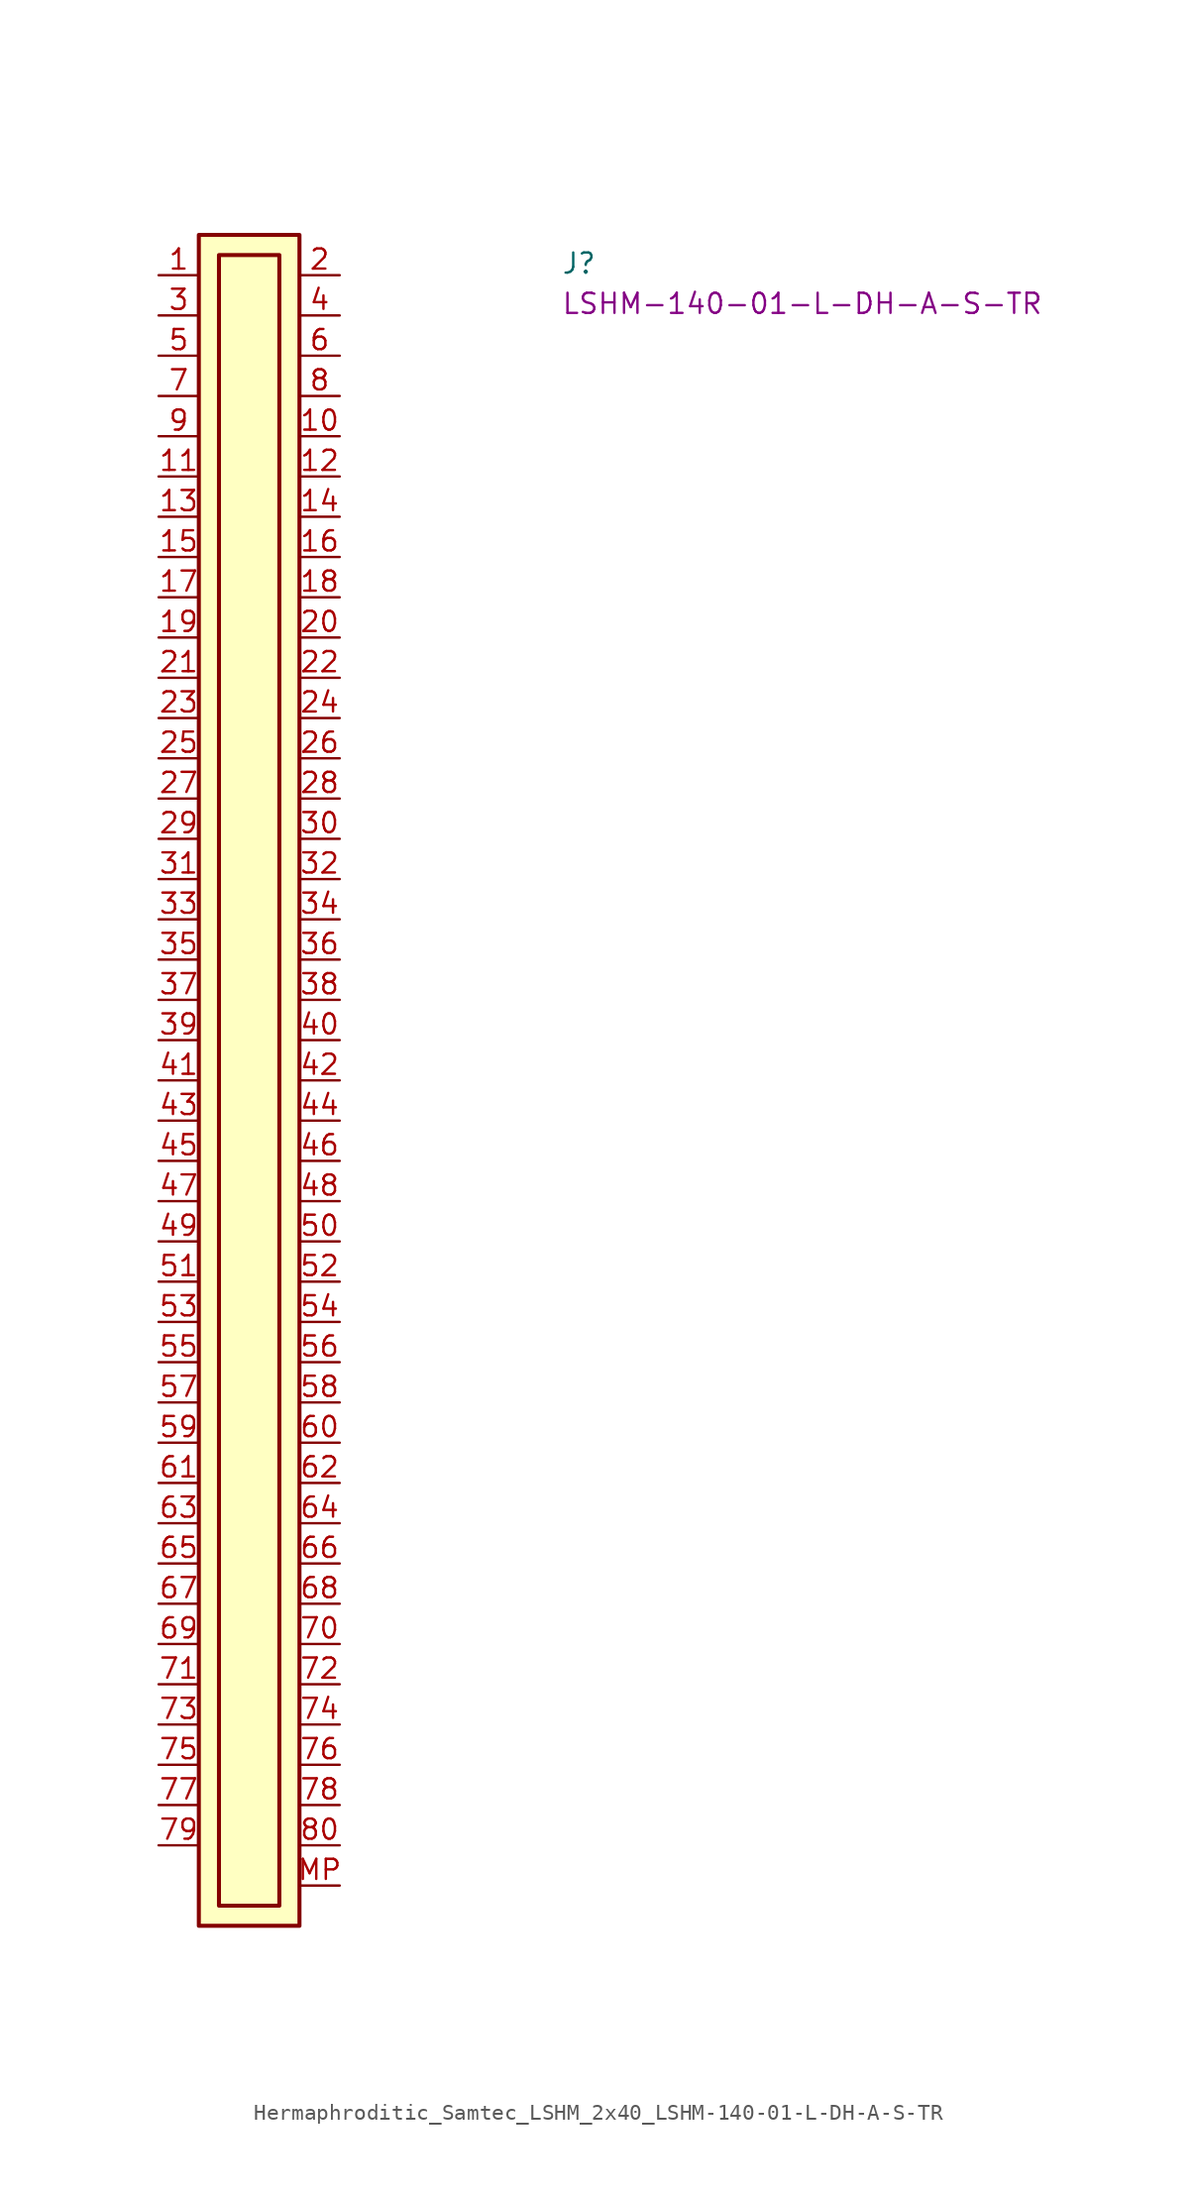
<source format=kicad_sym>
(kicad_symbol_lib
  (version 20220914)
  (generator kicad_symbol_editor)
  (symbol "Hermaphroditic_Samtec_LSHM_2x40_LSHM-140-01-L-DH-A-S-TR"
    (pin_names hide)
    (property "Reference" "J"
      (at 25.4 0 0)
      (effects (font (size 1.27 1.27) (thickness 0.15)) (justify left bottom)))
    (property "MPN" "LSHM-140-01-L-DH-A-S-TR"
      (at 25.4 -2.54 0)
      (effects (font (size 1.27 1.27) (thickness 0.15)) (justify left bottom)))
    (symbol "Hermaphroditic_Samtec_LSHM_2x40_LSHM-140-01-L-DH-A-S-TR_1_1"
      (rectangle (start 2.54 2.54) (end 8.89 -104.14) (stroke (width 0.254) (type default)) (fill (type background)))
      (rectangle (start 3.81 1.27) (end 7.62 -102.87) (stroke (width 0.254) (type default)) (fill (type background)))
      (pin passive line (at 0 0 0) (length 2.54) (name "~" (effects (font (size 1.27 1.27)))) (number "1" (effects (font (size 1.27 1.27)))))
      (pin passive line (at 11.43 -10.16 180) (length 2.54) (name "~" (effects (font (size 1.27 1.27)))) (number "10" (effects (font (size 1.27 1.27)))))
      (pin passive line (at 0 -12.7 0) (length 2.54) (name "~" (effects (font (size 1.27 1.27)))) (number "11" (effects (font (size 1.27 1.27)))))
      (pin passive line (at 11.43 -12.7 180) (length 2.54) (name "~" (effects (font (size 1.27 1.27)))) (number "12" (effects (font (size 1.27 1.27)))))
      (pin passive line (at 0 -15.24 0) (length 2.54) (name "~" (effects (font (size 1.27 1.27)))) (number "13" (effects (font (size 1.27 1.27)))))
      (pin passive line (at 11.43 -15.24 180) (length 2.54) (name "~" (effects (font (size 1.27 1.27)))) (number "14" (effects (font (size 1.27 1.27)))))
      (pin passive line (at 0 -17.78 0) (length 2.54) (name "~" (effects (font (size 1.27 1.27)))) (number "15" (effects (font (size 1.27 1.27)))))
      (pin passive line (at 11.43 -17.78 180) (length 2.54) (name "~" (effects (font (size 1.27 1.27)))) (number "16" (effects (font (size 1.27 1.27)))))
      (pin passive line (at 0 -20.32 0) (length 2.54) (name "~" (effects (font (size 1.27 1.27)))) (number "17" (effects (font (size 1.27 1.27)))))
      (pin passive line (at 11.43 -20.32 180) (length 2.54) (name "~" (effects (font (size 1.27 1.27)))) (number "18" (effects (font (size 1.27 1.27)))))
      (pin passive line (at 0 -22.86 0) (length 2.54) (name "~" (effects (font (size 1.27 1.27)))) (number "19" (effects (font (size 1.27 1.27)))))
      (pin passive line (at 11.43 0 180) (length 2.54) (name "~" (effects (font (size 1.27 1.27)))) (number "2" (effects (font (size 1.27 1.27)))))
      (pin passive line (at 11.43 -22.86 180) (length 2.54) (name "~" (effects (font (size 1.27 1.27)))) (number "20" (effects (font (size 1.27 1.27)))))
      (pin passive line (at 0 -25.4 0) (length 2.54) (name "~" (effects (font (size 1.27 1.27)))) (number "21" (effects (font (size 1.27 1.27)))))
      (pin passive line (at 11.43 -25.4 180) (length 2.54) (name "~" (effects (font (size 1.27 1.27)))) (number "22" (effects (font (size 1.27 1.27)))))
      (pin passive line (at 0 -27.94 0) (length 2.54) (name "~" (effects (font (size 1.27 1.27)))) (number "23" (effects (font (size 1.27 1.27)))))
      (pin passive line (at 11.43 -27.94 180) (length 2.54) (name "~" (effects (font (size 1.27 1.27)))) (number "24" (effects (font (size 1.27 1.27)))))
      (pin passive line (at 0 -30.48 0) (length 2.54) (name "~" (effects (font (size 1.27 1.27)))) (number "25" (effects (font (size 1.27 1.27)))))
      (pin passive line (at 11.43 -30.48 180) (length 2.54) (name "~" (effects (font (size 1.27 1.27)))) (number "26" (effects (font (size 1.27 1.27)))))
      (pin passive line (at 0 -33.02 0) (length 2.54) (name "~" (effects (font (size 1.27 1.27)))) (number "27" (effects (font (size 1.27 1.27)))))
      (pin passive line (at 11.43 -33.02 180) (length 2.54) (name "~" (effects (font (size 1.27 1.27)))) (number "28" (effects (font (size 1.27 1.27)))))
      (pin passive line (at 0 -35.56 0) (length 2.54) (name "~" (effects (font (size 1.27 1.27)))) (number "29" (effects (font (size 1.27 1.27)))))
      (pin passive line (at 0 -2.54 0) (length 2.54) (name "~" (effects (font (size 1.27 1.27)))) (number "3" (effects (font (size 1.27 1.27)))))
      (pin passive line (at 11.43 -35.56 180) (length 2.54) (name "~" (effects (font (size 1.27 1.27)))) (number "30" (effects (font (size 1.27 1.27)))))
      (pin passive line (at 0 -38.1 0) (length 2.54) (name "~" (effects (font (size 1.27 1.27)))) (number "31" (effects (font (size 1.27 1.27)))))
      (pin passive line (at 11.43 -38.1 180) (length 2.54) (name "~" (effects (font (size 1.27 1.27)))) (number "32" (effects (font (size 1.27 1.27)))))
      (pin passive line (at 0 -40.64 0) (length 2.54) (name "~" (effects (font (size 1.27 1.27)))) (number "33" (effects (font (size 1.27 1.27)))))
      (pin passive line (at 11.43 -40.64 180) (length 2.54) (name "~" (effects (font (size 1.27 1.27)))) (number "34" (effects (font (size 1.27 1.27)))))
      (pin passive line (at 0 -43.18 0) (length 2.54) (name "~" (effects (font (size 1.27 1.27)))) (number "35" (effects (font (size 1.27 1.27)))))
      (pin passive line (at 11.43 -43.18 180) (length 2.54) (name "~" (effects (font (size 1.27 1.27)))) (number "36" (effects (font (size 1.27 1.27)))))
      (pin passive line (at 0 -45.72 0) (length 2.54) (name "~" (effects (font (size 1.27 1.27)))) (number "37" (effects (font (size 1.27 1.27)))))
      (pin passive line (at 11.43 -45.72 180) (length 2.54) (name "~" (effects (font (size 1.27 1.27)))) (number "38" (effects (font (size 1.27 1.27)))))
      (pin passive line (at 0 -48.26 0) (length 2.54) (name "~" (effects (font (size 1.27 1.27)))) (number "39" (effects (font (size 1.27 1.27)))))
      (pin passive line (at 11.43 -2.54 180) (length 2.54) (name "~" (effects (font (size 1.27 1.27)))) (number "4" (effects (font (size 1.27 1.27)))))
      (pin passive line (at 11.43 -48.26 180) (length 2.54) (name "~" (effects (font (size 1.27 1.27)))) (number "40" (effects (font (size 1.27 1.27)))))
      (pin passive line (at 0 -50.8 0) (length 2.54) (name "~" (effects (font (size 1.27 1.27)))) (number "41" (effects (font (size 1.27 1.27)))))
      (pin passive line (at 11.43 -50.8 180) (length 2.54) (name "~" (effects (font (size 1.27 1.27)))) (number "42" (effects (font (size 1.27 1.27)))))
      (pin passive line (at 0 -53.34 0) (length 2.54) (name "~" (effects (font (size 1.27 1.27)))) (number "43" (effects (font (size 1.27 1.27)))))
      (pin passive line (at 11.43 -53.34 180) (length 2.54) (name "~" (effects (font (size 1.27 1.27)))) (number "44" (effects (font (size 1.27 1.27)))))
      (pin passive line (at 0 -55.88 0) (length 2.54) (name "~" (effects (font (size 1.27 1.27)))) (number "45" (effects (font (size 1.27 1.27)))))
      (pin passive line (at 11.43 -55.88 180) (length 2.54) (name "~" (effects (font (size 1.27 1.27)))) (number "46" (effects (font (size 1.27 1.27)))))
      (pin passive line (at 0 -58.42 0) (length 2.54) (name "~" (effects (font (size 1.27 1.27)))) (number "47" (effects (font (size 1.27 1.27)))))
      (pin passive line (at 11.43 -58.42 180) (length 2.54) (name "~" (effects (font (size 1.27 1.27)))) (number "48" (effects (font (size 1.27 1.27)))))
      (pin passive line (at 0 -60.96 0) (length 2.54) (name "~" (effects (font (size 1.27 1.27)))) (number "49" (effects (font (size 1.27 1.27)))))
      (pin passive line (at 0 -5.08 0) (length 2.54) (name "~" (effects (font (size 1.27 1.27)))) (number "5" (effects (font (size 1.27 1.27)))))
      (pin passive line (at 11.43 -60.96 180) (length 2.54) (name "~" (effects (font (size 1.27 1.27)))) (number "50" (effects (font (size 1.27 1.27)))))
      (pin passive line (at 0 -63.5 0) (length 2.54) (name "~" (effects (font (size 1.27 1.27)))) (number "51" (effects (font (size 1.27 1.27)))))
      (pin passive line (at 11.43 -63.5 180) (length 2.54) (name "~" (effects (font (size 1.27 1.27)))) (number "52" (effects (font (size 1.27 1.27)))))
      (pin passive line (at 0 -66.04 0) (length 2.54) (name "~" (effects (font (size 1.27 1.27)))) (number "53" (effects (font (size 1.27 1.27)))))
      (pin passive line (at 11.43 -66.04 180) (length 2.54) (name "~" (effects (font (size 1.27 1.27)))) (number "54" (effects (font (size 1.27 1.27)))))
      (pin passive line (at 0 -68.58 0) (length 2.54) (name "~" (effects (font (size 1.27 1.27)))) (number "55" (effects (font (size 1.27 1.27)))))
      (pin passive line (at 11.43 -68.58 180) (length 2.54) (name "~" (effects (font (size 1.27 1.27)))) (number "56" (effects (font (size 1.27 1.27)))))
      (pin passive line (at 0 -71.12 0) (length 2.54) (name "~" (effects (font (size 1.27 1.27)))) (number "57" (effects (font (size 1.27 1.27)))))
      (pin passive line (at 11.43 -71.12 180) (length 2.54) (name "~" (effects (font (size 1.27 1.27)))) (number "58" (effects (font (size 1.27 1.27)))))
      (pin passive line (at 0 -73.66 0) (length 2.54) (name "~" (effects (font (size 1.27 1.27)))) (number "59" (effects (font (size 1.27 1.27)))))
      (pin passive line (at 11.43 -5.08 180) (length 2.54) (name "~" (effects (font (size 1.27 1.27)))) (number "6" (effects (font (size 1.27 1.27)))))
      (pin passive line (at 11.43 -73.66 180) (length 2.54) (name "~" (effects (font (size 1.27 1.27)))) (number "60" (effects (font (size 1.27 1.27)))))
      (pin passive line (at 0 -76.2 0) (length 2.54) (name "~" (effects (font (size 1.27 1.27)))) (number "61" (effects (font (size 1.27 1.27)))))
      (pin passive line (at 11.43 -76.2 180) (length 2.54) (name "~" (effects (font (size 1.27 1.27)))) (number "62" (effects (font (size 1.27 1.27)))))
      (pin passive line (at 0 -78.74 0) (length 2.54) (name "~" (effects (font (size 1.27 1.27)))) (number "63" (effects (font (size 1.27 1.27)))))
      (pin passive line (at 11.43 -78.74 180) (length 2.54) (name "~" (effects (font (size 1.27 1.27)))) (number "64" (effects (font (size 1.27 1.27)))))
      (pin passive line (at 0 -81.28 0) (length 2.54) (name "~" (effects (font (size 1.27 1.27)))) (number "65" (effects (font (size 1.27 1.27)))))
      (pin passive line (at 11.43 -81.28 180) (length 2.54) (name "~" (effects (font (size 1.27 1.27)))) (number "66" (effects (font (size 1.27 1.27)))))
      (pin passive line (at 0 -83.82 0) (length 2.54) (name "~" (effects (font (size 1.27 1.27)))) (number "67" (effects (font (size 1.27 1.27)))))
      (pin passive line (at 11.43 -83.82 180) (length 2.54) (name "~" (effects (font (size 1.27 1.27)))) (number "68" (effects (font (size 1.27 1.27)))))
      (pin passive line (at 0 -86.36 0) (length 2.54) (name "~" (effects (font (size 1.27 1.27)))) (number "69" (effects (font (size 1.27 1.27)))))
      (pin passive line (at 0 -7.62 0) (length 2.54) (name "~" (effects (font (size 1.27 1.27)))) (number "7" (effects (font (size 1.27 1.27)))))
      (pin passive line (at 11.43 -86.36 180) (length 2.54) (name "~" (effects (font (size 1.27 1.27)))) (number "70" (effects (font (size 1.27 1.27)))))
      (pin passive line (at 0 -88.9 0) (length 2.54) (name "~" (effects (font (size 1.27 1.27)))) (number "71" (effects (font (size 1.27 1.27)))))
      (pin passive line (at 11.43 -88.9 180) (length 2.54) (name "~" (effects (font (size 1.27 1.27)))) (number "72" (effects (font (size 1.27 1.27)))))
      (pin passive line (at 0 -91.44 0) (length 2.54) (name "~" (effects (font (size 1.27 1.27)))) (number "73" (effects (font (size 1.27 1.27)))))
      (pin passive line (at 11.43 -91.44 180) (length 2.54) (name "~" (effects (font (size 1.27 1.27)))) (number "74" (effects (font (size 1.27 1.27)))))
      (pin passive line (at 0 -93.98 0) (length 2.54) (name "~" (effects (font (size 1.27 1.27)))) (number "75" (effects (font (size 1.27 1.27)))))
      (pin passive line (at 11.43 -93.98 180) (length 2.54) (name "~" (effects (font (size 1.27 1.27)))) (number "76" (effects (font (size 1.27 1.27)))))
      (pin passive line (at 0 -96.52 0) (length 2.54) (name "~" (effects (font (size 1.27 1.27)))) (number "77" (effects (font (size 1.27 1.27)))))
      (pin passive line (at 11.43 -96.52 180) (length 2.54) (name "~" (effects (font (size 1.27 1.27)))) (number "78" (effects (font (size 1.27 1.27)))))
      (pin passive line (at 0 -99.06 0) (length 2.54) (name "~" (effects (font (size 1.27 1.27)))) (number "79" (effects (font (size 1.27 1.27)))))
      (pin passive line (at 11.43 -7.62 180) (length 2.54) (name "~" (effects (font (size 1.27 1.27)))) (number "8" (effects (font (size 1.27 1.27)))))
      (pin passive line (at 11.43 -99.06 180) (length 2.54) (name "~" (effects (font (size 1.27 1.27)))) (number "80" (effects (font (size 1.27 1.27)))))
      (pin passive line (at 0 -10.16 0) (length 2.54) (name "~" (effects (font (size 1.27 1.27)))) (number "9" (effects (font (size 1.27 1.27)))))
      (pin passive line (at 11.43 -101.6 180) (length 2.54) (name "MP" (effects (font (size 1.27 1.27)))) (number "MP" (effects (font (size 1.27 1.27))))))))
</source>
